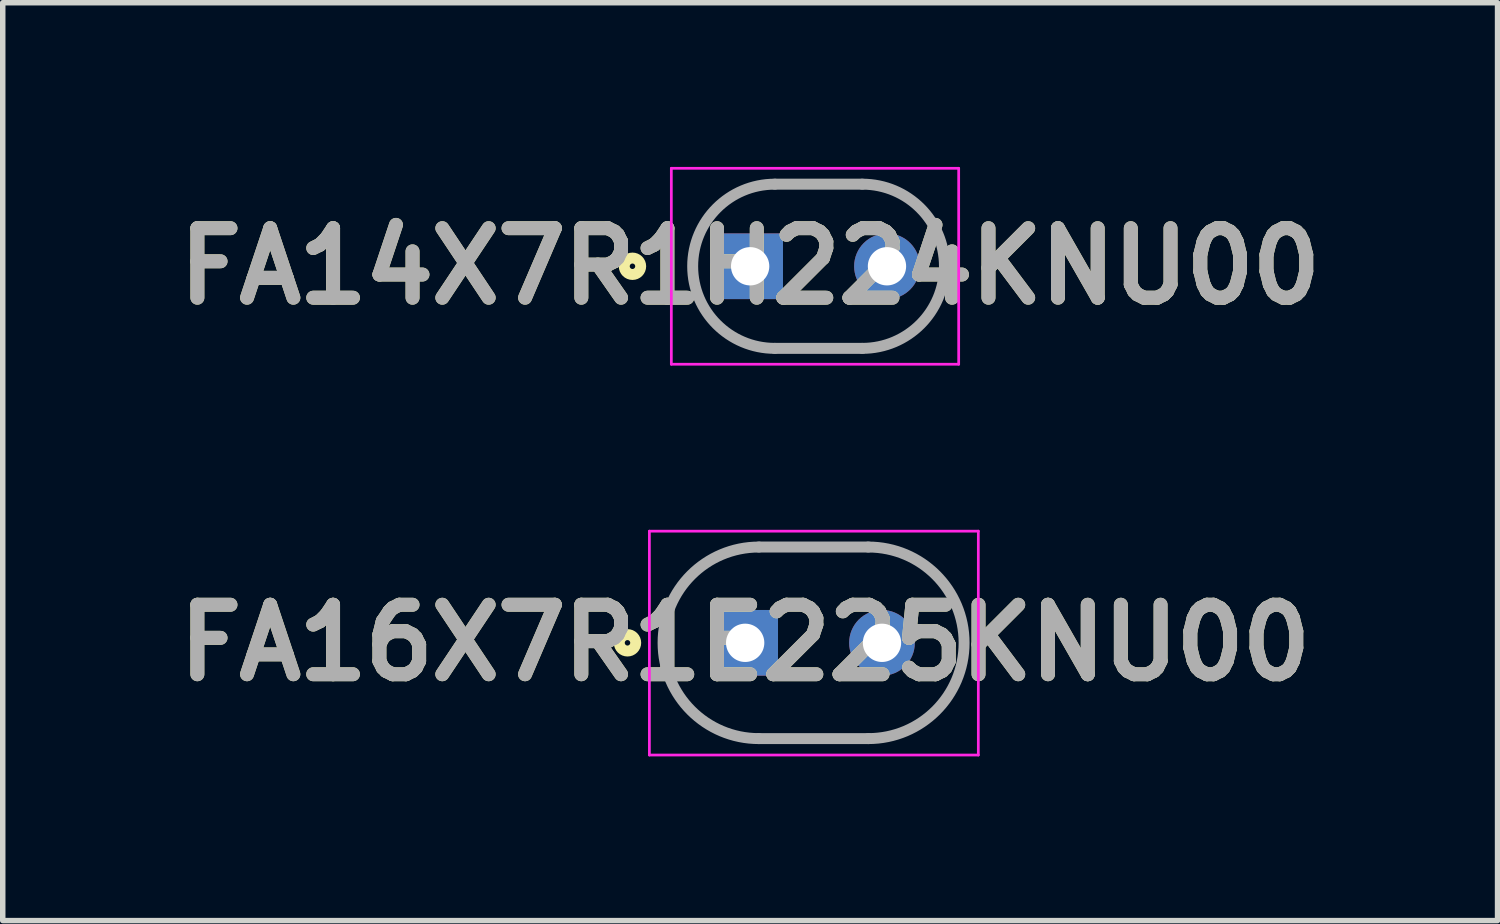
<source format=kicad_pcb>
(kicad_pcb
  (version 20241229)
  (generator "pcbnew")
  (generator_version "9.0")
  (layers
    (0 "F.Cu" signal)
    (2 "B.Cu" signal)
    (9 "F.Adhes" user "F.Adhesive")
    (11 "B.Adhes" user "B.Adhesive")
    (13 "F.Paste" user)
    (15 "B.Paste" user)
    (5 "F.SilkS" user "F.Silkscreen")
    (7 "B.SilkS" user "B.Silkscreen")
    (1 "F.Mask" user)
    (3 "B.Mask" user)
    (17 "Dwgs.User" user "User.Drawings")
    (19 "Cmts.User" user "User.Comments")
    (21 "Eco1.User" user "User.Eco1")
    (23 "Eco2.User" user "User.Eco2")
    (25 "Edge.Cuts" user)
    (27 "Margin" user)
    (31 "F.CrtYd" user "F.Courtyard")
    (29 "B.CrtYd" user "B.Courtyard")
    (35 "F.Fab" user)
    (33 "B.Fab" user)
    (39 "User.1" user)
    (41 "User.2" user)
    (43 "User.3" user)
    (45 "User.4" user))
  (footprint "FA16X7R1E225KNU00"
    (layer "F.Cu")
    (at 10.565 8.695)
    (property "Reference" "FA16X7R1E225KNU00" (at 0 0 0) (layer "F.SilkS") (effects (font (size 1.27 1.27) (thickness 0.254))))
    (attr through_hole)
    (fp_line (start 0.25 -1.75) (end 2.25 -1.75) (stroke (width 0.1) (type solid)) (layer "F.SilkS"))
    (fp_line (start 2.25 1.75) (end 0.25 1.75) (stroke (width 0.1) (type solid)) (layer "F.SilkS"))
    (fp_arc (start 0.25 1.75) (mid -1.5 0) (end 0.25 -1.75) (stroke (width 0.1) (type solid)) (layer "F.SilkS"))
    (fp_arc (start 2.25 -1.75) (mid 4 0) (end 2.25 1.75) (stroke (width 0.1) (type solid)) (layer "F.SilkS"))
    (fp_circle (center -2.15 0) (end -2.15 0.05) (stroke (width 0.2) (type solid)) (fill no) (layer "F.SilkS"))
    (fp_line (start -1.75 -2.04) (end 4.26 -2.04) (stroke (width 0.05) (type solid)) (layer "F.CrtYd"))
    (fp_line (start -1.75 2.05) (end -1.75 -2.04) (stroke (width 0.05) (type solid)) (layer "F.CrtYd"))
    (fp_line (start 4.26 -2.04) (end 4.26 2.05) (stroke (width 0.05) (type solid)) (layer "F.CrtYd"))
    (fp_line (start 4.26 2.05) (end -1.75 2.05) (stroke (width 0.05) (type solid)) (layer "F.CrtYd"))
    (fp_line (start 0.25 -1.75) (end 2.25 -1.75) (stroke (width 0.2) (type solid)) (layer "F.Fab"))
    (fp_line (start 2.25 1.75) (end 0.25 1.75) (stroke (width 0.2) (type solid)) (layer "F.Fab"))
    (fp_arc (start 0.25 1.75) (mid -1.5 0) (end 0.25 -1.75) (stroke (width 0.2) (type solid)) (layer "F.Fab"))
    (fp_arc (start 2.25 -1.75) (mid 4 0) (end 2.25 1.75) (stroke (width 0.2) (type solid)) (layer "F.Fab"))
    (fp_text user "${REFERENCE}" (at 0 0 0) (layer "F.Fab") (effects (font (size 1.27 1.27) (thickness 0.254))))
    (pad "1" thru_hole rect (at 0 0) (size 1.2 1.2) (drill 0.7) (layers "*.Cu" "*.Mask"))
    (pad "2" thru_hole circle (at 2.5 0) (size 1.2 1.2) (drill 0.7) (layers "*.Cu" "*.Mask")))
  (footprint "FA14X7R1H224KNU00"
    (layer "F.Cu")
    (at 10.656 1.815)
    (property "Reference" "FA14X7R1H224KNU00" (at 0 0 0) (layer "F.SilkS") (effects (font (size 1.27 1.27) (thickness 0.254))))
    (attr through_hole)
    (fp_line (start 0.45 -1.5) (end 2.05 -1.5) (stroke (width 0.1) (type solid)) (layer "F.SilkS"))
    (fp_line (start 2.05 1.5) (end 0.45 1.5) (stroke (width 0.1) (type solid)) (layer "F.SilkS"))
    (fp_arc (start 0.45 1.5) (mid -1.05 0) (end 0.45 -1.5) (stroke (width 0.1) (type solid)) (layer "F.SilkS"))
    (fp_arc (start 2.05 -1.5) (mid 3.55 0) (end 2.05 1.5) (stroke (width 0.1) (type solid)) (layer "F.SilkS"))
    (fp_circle (center -2.15 0) (end -2.15 0.05) (stroke (width 0.2) (type solid)) (fill no) (layer "F.SilkS"))
    (fp_line (start -1.44 -1.79) (end 3.81 -1.79) (stroke (width 0.05) (type solid)) (layer "F.CrtYd"))
    (fp_line (start -1.44 1.79) (end -1.44 -1.79) (stroke (width 0.05) (type solid)) (layer "F.CrtYd"))
    (fp_line (start 3.81 -1.79) (end 3.81 1.79) (stroke (width 0.05) (type solid)) (layer "F.CrtYd"))
    (fp_line (start 3.81 1.79) (end -1.44 1.79) (stroke (width 0.05) (type solid)) (layer "F.CrtYd"))
    (fp_line (start 0.45 -1.5) (end 2.05 -1.5) (stroke (width 0.2) (type solid)) (layer "F.Fab"))
    (fp_line (start 2.05 1.5) (end 0.45 1.5) (stroke (width 0.2) (type solid)) (layer "F.Fab"))
    (fp_arc (start 0.45 1.5) (mid -1.05 0) (end 0.45 -1.5) (stroke (width 0.2) (type solid)) (layer "F.Fab"))
    (fp_arc (start 2.05 -1.5) (mid 3.55 0) (end 2.05 1.5) (stroke (width 0.2) (type solid)) (layer "F.Fab"))
    (fp_text user "${REFERENCE}" (at 0 0 0) (layer "F.Fab") (effects (font (size 1.27 1.27) (thickness 0.254))))
    (pad "1" thru_hole rect (at 0 0) (size 1.2 1.2) (drill 0.7) (layers "*.Cu" "*.Mask"))
    (pad "2" thru_hole circle (at 2.5 0) (size 1.2 1.2) (drill 0.7) (layers "*.Cu" "*.Mask")))
  (gr_rect
    (start -3 -3)
    (end 24.312 13.77)
    (stroke (width 0.1) (type default))
    (fill no)
    (layer "Edge.Cuts")))
</source>
